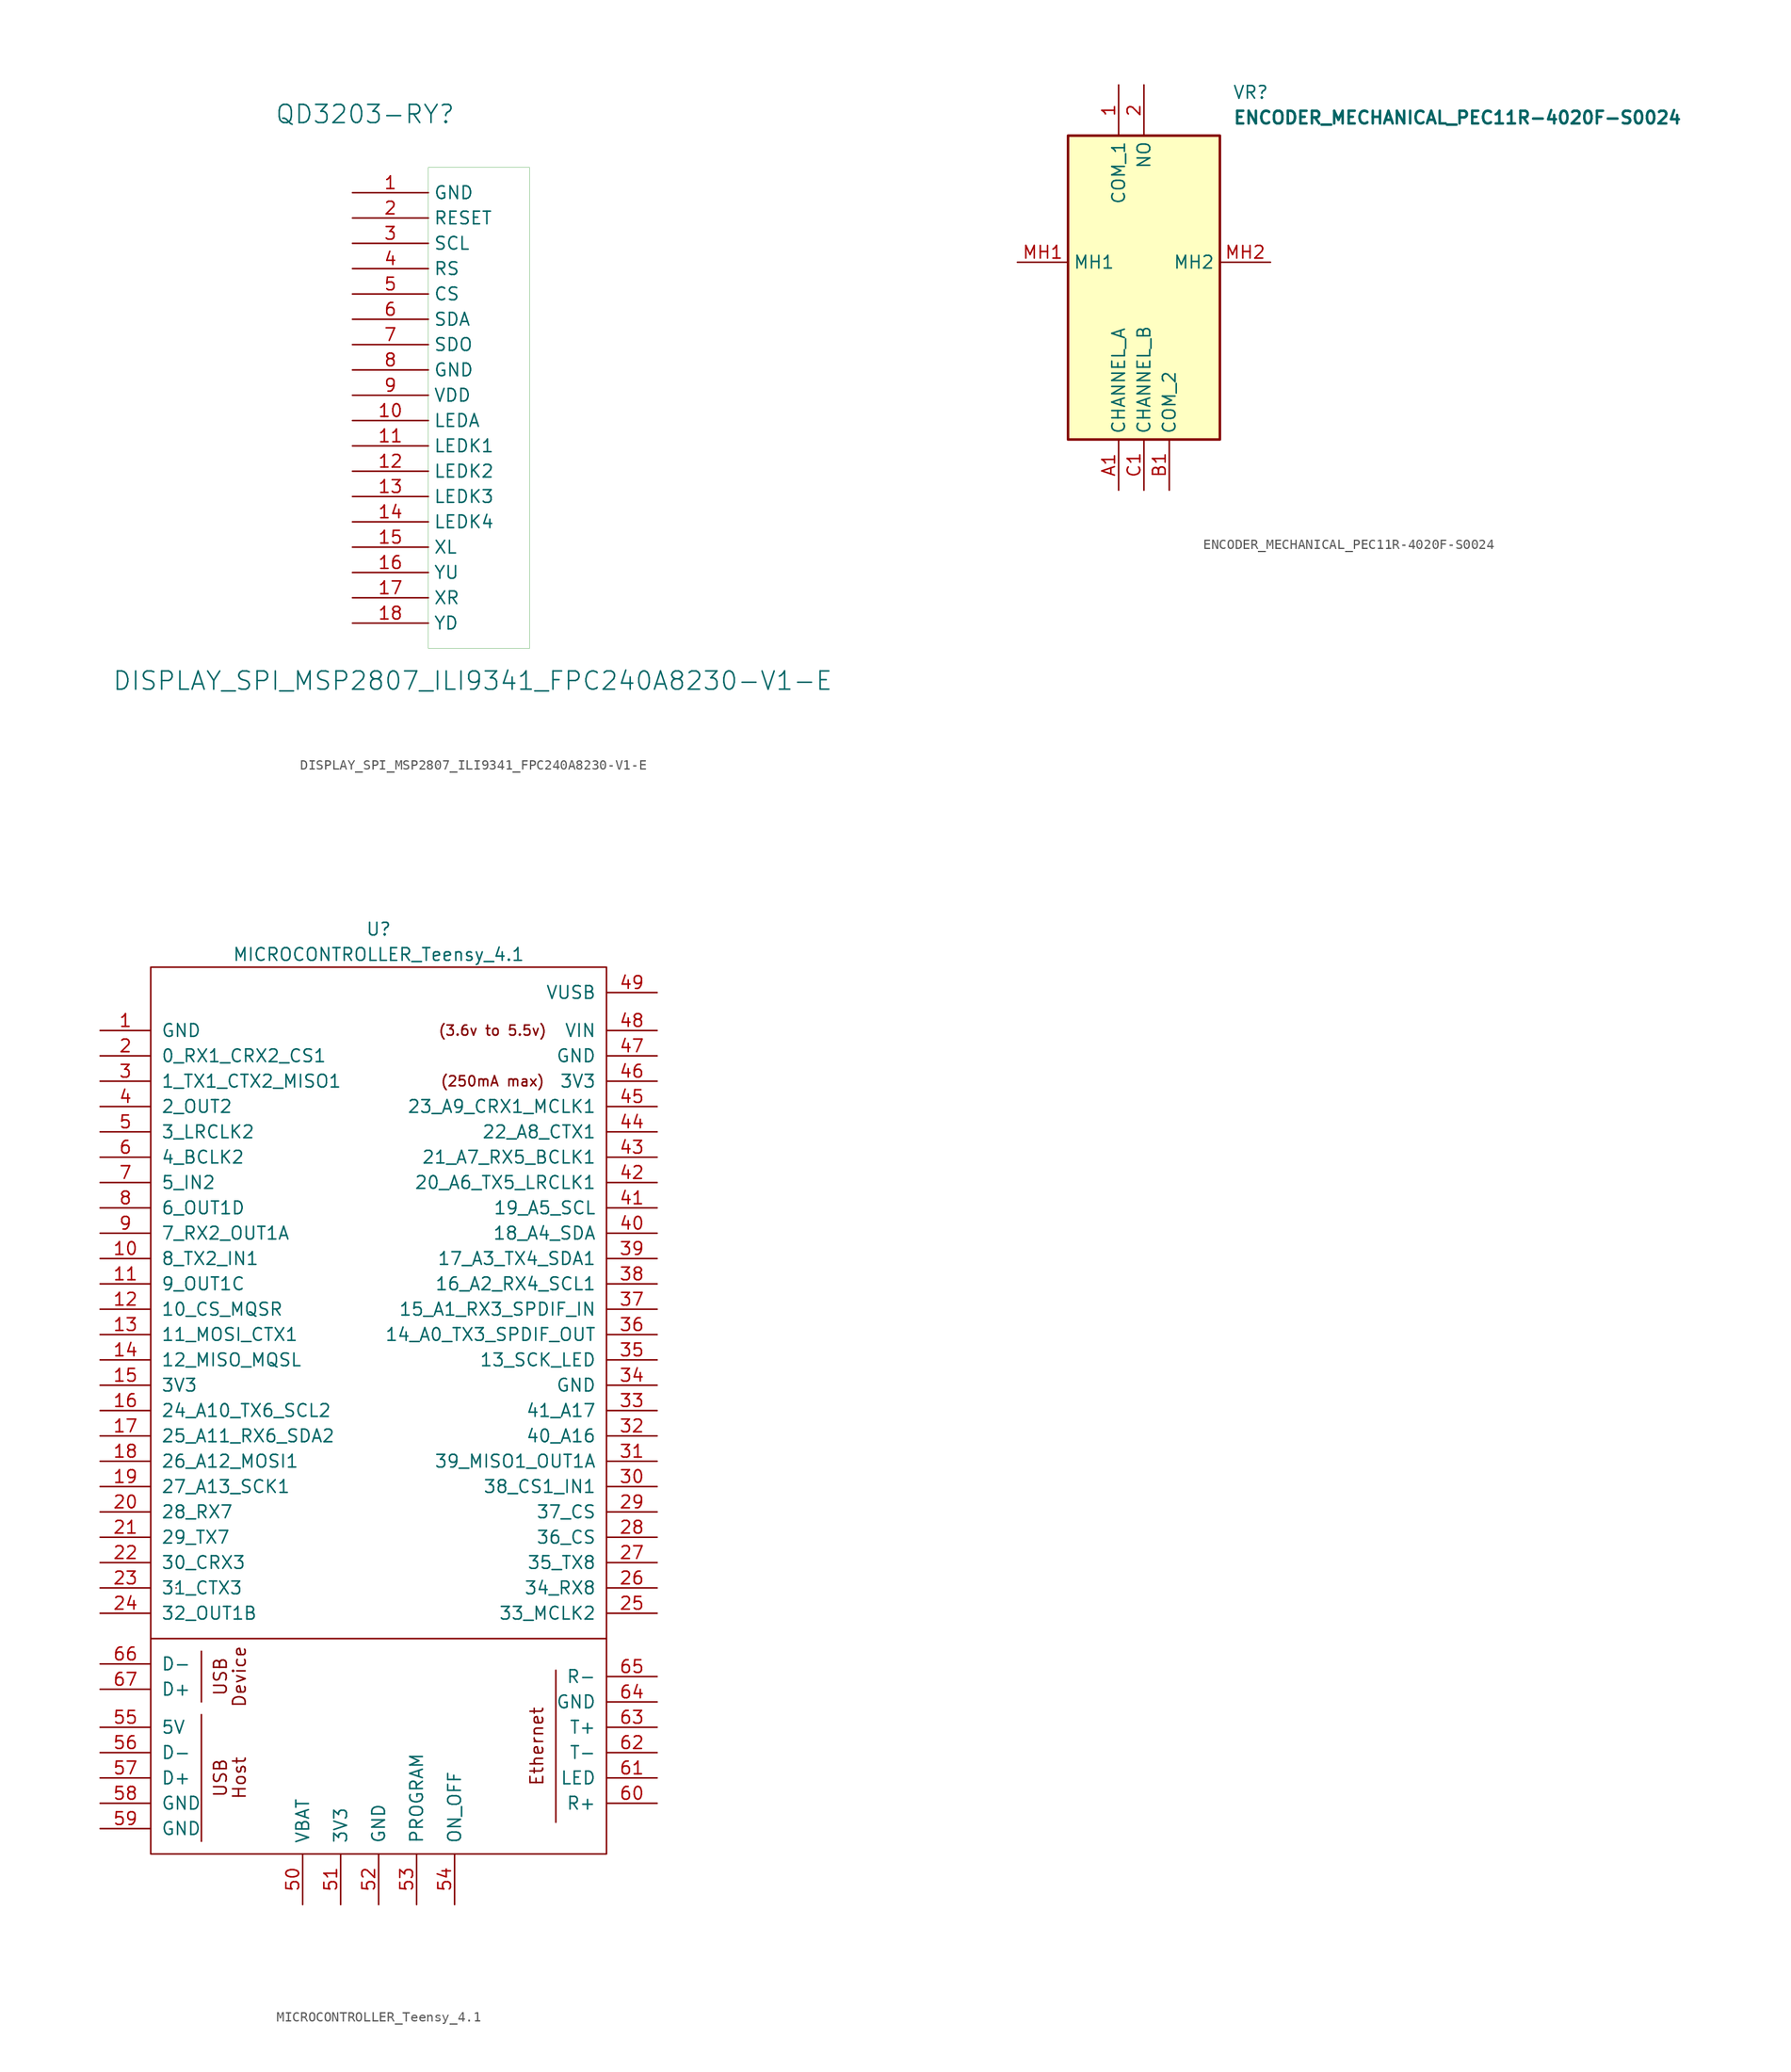
<source format=kicad_sym>
(kicad_symbol_lib
  (version 20241209)
  (generator "kicad_symbol_editor")
  (generator_version "9.0")
  (symbol "DISPLAY_SPI_MSP2807_ILI9341_FPC240A8230-V1-E"
    (property "Reference" "QD3203-RY"
      (at -11.43 29.464 0)
      (effects (font (size 1.829 1.829))))
    (property "Value" "DISPLAY_SPI_MSP2807_ILI9341_FPC240A8230-V1-E"
      (at -36.83 -28.448 0)
      (effects (font (size 1.829 1.829)) (justify left bottom)))
    (symbol "DISPLAY_SPI_MSP2807_ILI9341_FPC240A8230-V1-E_1_0"
      (rectangle (start 5.08 24.13) (end -5.08 -24.13) (stroke (width 0.025) (type solid) (color 0 128 0 1)) (fill (type color) (color 255 255 255 0.5)))
      (pin passive line (at -12.7 21.59 0) (length 7.62) (name "GND" (effects (font (size 1.27 1.27)))) (number "1" (effects (font (size 1.27 1.27)))))
      (pin passive line (at -12.7 19.05 0) (length 7.62) (name "RESET" (effects (font (size 1.27 1.27)))) (number "2" (effects (font (size 1.27 1.27)))))
      (pin passive line (at -12.7 16.51 0) (length 7.62) (name "SCL" (effects (font (size 1.27 1.27)))) (number "3" (effects (font (size 1.27 1.27)))))
      (pin passive line (at -12.7 13.97 0) (length 7.62) (name "RS" (effects (font (size 1.27 1.27)))) (number "4" (effects (font (size 1.27 1.27)))))
      (pin passive line (at -12.7 11.43 0) (length 7.62) (name "CS" (effects (font (size 1.27 1.27)))) (number "5" (effects (font (size 1.27 1.27)))))
      (pin passive line (at -12.7 8.89 0) (length 7.62) (name "SDA" (effects (font (size 1.27 1.27)))) (number "6" (effects (font (size 1.27 1.27)))))
      (pin passive line (at -12.7 6.35 0) (length 7.62) (name "SDO" (effects (font (size 1.27 1.27)))) (number "7" (effects (font (size 1.27 1.27)))))
      (pin passive line (at -12.7 3.81 0) (length 7.62) (name "GND" (effects (font (size 1.27 1.27)))) (number "8" (effects (font (size 1.27 1.27)))))
      (pin passive line (at -12.7 1.27 0) (length 7.62) (name "VDD" (effects (font (size 1.27 1.27)))) (number "9" (effects (font (size 1.27 1.27)))))
      (pin passive line (at -12.7 -1.27 0) (length 7.62) (name "LEDA" (effects (font (size 1.27 1.27)))) (number "10" (effects (font (size 1.27 1.27)))))
      (pin passive line (at -12.7 -3.81 0) (length 7.62) (name "LEDK1" (effects (font (size 1.27 1.27)))) (number "11" (effects (font (size 1.27 1.27)))))
      (pin passive line (at -12.7 -6.35 0) (length 7.62) (name "LEDK2" (effects (font (size 1.27 1.27)))) (number "12" (effects (font (size 1.27 1.27)))))
      (pin passive line (at -12.7 -8.89 0) (length 7.62) (name "LEDK3" (effects (font (size 1.27 1.27)))) (number "13" (effects (font (size 1.27 1.27)))))
      (pin passive line (at -12.7 -11.43 0) (length 7.62) (name "LEDK4" (effects (font (size 1.27 1.27)))) (number "14" (effects (font (size 1.27 1.27)))))
      (pin passive line (at -12.7 -13.97 0) (length 7.62) (name "XL" (effects (font (size 1.27 1.27)))) (number "15" (effects (font (size 1.27 1.27)))))
      (pin passive line (at -12.7 -16.51 0) (length 7.62) (name "YU" (effects (font (size 1.27 1.27)))) (number "16" (effects (font (size 1.27 1.27)))))
      (pin passive line (at -12.7 -19.05 0) (length 7.62) (name "XR" (effects (font (size 1.27 1.27)))) (number "17" (effects (font (size 1.27 1.27)))))
      (pin passive line (at -12.7 -21.59 0) (length 7.62) (name "YD" (effects (font (size 1.27 1.27)))) (number "18" (effects (font (size 1.27 1.27)))))))
  (symbol "ENCODER_MECHANICAL_PEC11R-4020F-S0024"
    (property "Reference" "VR"
      (at 21.59 17.78 0)
      (effects (font (size 1.27 1.27)) (justify left top)))
    (property "Value" "ENCODER_MECHANICAL_PEC11R-4020F-S0024"
      (at 21.59 15.24 0)
      (effects (font (size 1.27 1.27) (thickness 0.254) (bold yes)) (justify left top)))
    (symbol "ENCODER_MECHANICAL_PEC11R-4020F-S0024_1_1"
      (rectangle (start 5.08 12.7) (end 20.32 -17.78) (stroke (width 0.254) (type default)) (fill (type background)))
      (pin passive line (at 0 0 0) (length 5.08) (name "MH1" (effects (font (size 1.27 1.27)))) (number "MH1" (effects (font (size 1.27 1.27)))))
      (pin passive line (at 10.16 17.78 270) (length 5.08) (name "COM_1" (effects (font (size 1.27 1.27)))) (number "1" (effects (font (size 1.27 1.27)))))
      (pin passive line (at 10.16 -22.86 90) (length 5.08) (name "CHANNEL_A" (effects (font (size 1.27 1.27)))) (number "A1" (effects (font (size 1.27 1.27)))))
      (pin passive line (at 12.7 17.78 270) (length 5.08) (name "NO" (effects (font (size 1.27 1.27)))) (number "2" (effects (font (size 1.27 1.27)))))
      (pin passive line (at 12.7 -22.86 90) (length 5.08) (name "CHANNEL_B" (effects (font (size 1.27 1.27)))) (number "C1" (effects (font (size 1.27 1.27)))))
      (pin passive line (at 15.24 -22.86 90) (length 5.08) (name "COM_2" (effects (font (size 1.27 1.27)))) (number "B1" (effects (font (size 1.27 1.27)))))
      (pin passive line (at 25.4 0 180) (length 5.08) (name "MH2" (effects (font (size 1.27 1.27)))) (number "MH2" (effects (font (size 1.27 1.27)))))))
  (symbol "MICROCONTROLLER_Teensy_4.1"
    (pin_names
      (offset 1.016))
    (property "Reference" "U"
      (at 0 64.77 0)
      (effects (font (size 1.27 1.27))))
    (property "Value" "MICROCONTROLLER_Teensy_4.1"
      (at 0 62.23 0)
      (effects (font (size 1.27 1.27))))
    (symbol "MICROCONTROLLER_Teensy_4.1_0_0"
      (polyline (pts (xy -22.86 -6.35) (xy 22.86 -6.35)) (stroke (width 0) (type solid)) (fill (type none)))
      (polyline (pts (xy -17.78 -7.62) (xy -17.78 -12.7)) (stroke (width 0) (type solid)) (fill (type none)))
      (polyline (pts (xy -17.78 -26.67) (xy -17.78 -13.97)) (stroke (width 0) (type solid)) (fill (type none)))
      (polyline (pts (xy 17.78 -9.525) (xy 17.78 -24.765)) (stroke (width 0) (type solid)) (fill (type none)))
      (text "USB" (at -15.875 -10.16 900) (effects (font (size 1.27 1.27))))
      (text "USB" (at -15.875 -20.32 900) (effects (font (size 1.27 1.27))))
      (text "Device" (at -13.97 -10.16 900) (effects (font (size 1.27 1.27))))
      (text "Host" (at -13.97 -20.32 900) (effects (font (size 1.27 1.27))))
      (text "(3.6v to 5.5v)" (at 11.43 54.61 0) (effects (font (size 1.016 1.016))))
      (text "(250mA max)" (at 11.43 49.53 0) (effects (font (size 1.016 1.016))))
      (text "Ethernet" (at 15.875 -17.145 900) (effects (font (size 1.27 1.27))))
      (pin bidirectional line (at -27.94 44.45 0) (length 5.08) (name "3_LRCLK2" (effects (font (size 1.27 1.27)))) (number "5" (effects (font (size 1.27 1.27)))))
      (pin bidirectional line (at -27.94 41.91 0) (length 5.08) (name "4_BCLK2" (effects (font (size 1.27 1.27)))) (number "6" (effects (font (size 1.27 1.27)))))
      (pin bidirectional line (at -27.94 39.37 0) (length 5.08) (name "5_IN2" (effects (font (size 1.27 1.27)))) (number "7" (effects (font (size 1.27 1.27)))))
      (pin bidirectional line (at -27.94 36.83 0) (length 5.08) (name "6_OUT1D" (effects (font (size 1.27 1.27)))) (number "8" (effects (font (size 1.27 1.27)))))
      (pin bidirectional line (at -27.94 34.29 0) (length 5.08) (name "7_RX2_OUT1A" (effects (font (size 1.27 1.27)))) (number "9" (effects (font (size 1.27 1.27)))))
      (pin bidirectional line (at -27.94 31.75 0) (length 5.08) (name "8_TX2_IN1" (effects (font (size 1.27 1.27)))) (number "10" (effects (font (size 1.27 1.27)))))
      (pin bidirectional line (at -27.94 29.21 0) (length 5.08) (name "9_OUT1C" (effects (font (size 1.27 1.27)))) (number "11" (effects (font (size 1.27 1.27)))))
      (pin bidirectional line (at -27.94 26.67 0) (length 5.08) (name "10_CS_MQSR" (effects (font (size 1.27 1.27)))) (number "12" (effects (font (size 1.27 1.27)))))
      (pin bidirectional line (at -27.94 24.13 0) (length 5.08) (name "11_MOSI_CTX1" (effects (font (size 1.27 1.27)))) (number "13" (effects (font (size 1.27 1.27)))))
      (pin bidirectional line (at -27.94 21.59 0) (length 5.08) (name "12_MISO_MQSL" (effects (font (size 1.27 1.27)))) (number "14" (effects (font (size 1.27 1.27)))))
      (pin power_in line (at -27.94 19.05 0) (length 5.08) (name "3V3" (effects (font (size 1.27 1.27)))) (number "15" (effects (font (size 1.27 1.27)))))
      (pin bidirectional line (at -27.94 16.51 0) (length 5.08) (name "24_A10_TX6_SCL2" (effects (font (size 1.27 1.27)))) (number "16" (effects (font (size 1.27 1.27)))))
      (pin bidirectional line (at -27.94 13.97 0) (length 5.08) (name "25_A11_RX6_SDA2" (effects (font (size 1.27 1.27)))) (number "17" (effects (font (size 1.27 1.27)))))
      (pin bidirectional line (at -27.94 11.43 0) (length 5.08) (name "26_A12_MOSI1" (effects (font (size 1.27 1.27)))) (number "18" (effects (font (size 1.27 1.27)))))
      (pin bidirectional line (at -27.94 8.89 0) (length 5.08) (name "27_A13_SCK1" (effects (font (size 1.27 1.27)))) (number "19" (effects (font (size 1.27 1.27)))))
      (pin bidirectional line (at -27.94 6.35 0) (length 5.08) (name "28_RX7" (effects (font (size 1.27 1.27)))) (number "20" (effects (font (size 1.27 1.27)))))
      (pin bidirectional line (at -27.94 3.81 0) (length 5.08) (name "29_TX7" (effects (font (size 1.27 1.27)))) (number "21" (effects (font (size 1.27 1.27)))))
      (pin bidirectional line (at -27.94 1.27 0) (length 5.08) (name "30_CRX3" (effects (font (size 1.27 1.27)))) (number "22" (effects (font (size 1.27 1.27)))))
      (pin bidirectional line (at -27.94 -1.27 0) (length 5.08) (name "31_CTX3" (effects (font (size 1.27 1.27)))) (number "23" (effects (font (size 1.27 1.27)))))
      (pin bidirectional line (at -27.94 -3.81 0) (length 5.08) (name "32_OUT1B" (effects (font (size 1.27 1.27)))) (number "24" (effects (font (size 1.27 1.27)))))
      (pin bidirectional line (at -27.94 -8.89 0) (length 5.08) (name "D-" (effects (font (size 1.27 1.27)))) (number "66" (effects (font (size 1.27 1.27)))))
      (pin bidirectional line (at -27.94 -11.43 0) (length 5.08) (name "D+" (effects (font (size 1.27 1.27)))) (number "67" (effects (font (size 1.27 1.27)))))
      (pin power_out line (at -27.94 -15.24 0) (length 5.08) (name "5V" (effects (font (size 1.27 1.27)))) (number "55" (effects (font (size 1.27 1.27)))))
      (pin bidirectional line (at -27.94 -17.78 0) (length 5.08) (name "D-" (effects (font (size 1.27 1.27)))) (number "56" (effects (font (size 1.27 1.27)))))
      (pin bidirectional line (at -27.94 -20.32 0) (length 5.08) (name "D+" (effects (font (size 1.27 1.27)))) (number "57" (effects (font (size 1.27 1.27)))))
      (pin power_in line (at -27.94 -22.86 0) (length 5.08) (name "GND" (effects (font (size 1.27 1.27)))) (number "58" (effects (font (size 1.27 1.27)))))
      (pin power_in line (at -27.94 -25.4 0) (length 5.08) (name "GND" (effects (font (size 1.27 1.27)))) (number "59" (effects (font (size 1.27 1.27)))))
      (pin power_in line (at -7.62 -33.02 90) (length 5.08) (name "VBAT" (effects (font (size 1.27 1.27)))) (number "50" (effects (font (size 1.27 1.27)))))
      (pin power_in line (at -3.81 -33.02 90) (length 5.08) (name "3V3" (effects (font (size 1.27 1.27)))) (number "51" (effects (font (size 1.27 1.27)))))
      (pin input line (at 0 -33.02 90) (length 5.08) (name "GND" (effects (font (size 1.27 1.27)))) (number "52" (effects (font (size 1.27 1.27)))))
      (pin input line (at 3.81 -33.02 90) (length 5.08) (name "PROGRAM" (effects (font (size 1.27 1.27)))) (number "53" (effects (font (size 1.27 1.27)))))
      (pin input line (at 7.62 -33.02 90) (length 5.08) (name "ON_OFF" (effects (font (size 1.27 1.27)))) (number "54" (effects (font (size 1.27 1.27)))))
      (pin power_out line (at 27.94 58.42 180) (length 5.08) (name "VUSB" (effects (font (size 1.27 1.27)))) (number "49" (effects (font (size 1.27 1.27)))))
      (pin power_in line (at 27.94 54.61 180) (length 5.08) (name "VIN" (effects (font (size 1.27 1.27)))) (number "48" (effects (font (size 1.27 1.27)))))
      (pin output line (at 27.94 52.07 180) (length 5.08) (name "GND" (effects (font (size 1.27 1.27)))) (number "47" (effects (font (size 1.27 1.27)))))
      (pin output line (at 27.94 49.53 180) (length 5.08) (name "3V3" (effects (font (size 1.27 1.27)))) (number "46" (effects (font (size 1.27 1.27)))))
      (pin bidirectional line (at 27.94 46.99 180) (length 5.08) (name "23_A9_CRX1_MCLK1" (effects (font (size 1.27 1.27)))) (number "45" (effects (font (size 1.27 1.27)))))
      (pin bidirectional line (at 27.94 44.45 180) (length 5.08) (name "22_A8_CTX1" (effects (font (size 1.27 1.27)))) (number "44" (effects (font (size 1.27 1.27)))))
      (pin bidirectional line (at 27.94 41.91 180) (length 5.08) (name "21_A7_RX5_BCLK1" (effects (font (size 1.27 1.27)))) (number "43" (effects (font (size 1.27 1.27)))))
      (pin bidirectional line (at 27.94 39.37 180) (length 5.08) (name "20_A6_TX5_LRCLK1" (effects (font (size 1.27 1.27)))) (number "42" (effects (font (size 1.27 1.27)))))
      (pin bidirectional line (at 27.94 36.83 180) (length 5.08) (name "19_A5_SCL" (effects (font (size 1.27 1.27)))) (number "41" (effects (font (size 1.27 1.27)))))
      (pin bidirectional line (at 27.94 34.29 180) (length 5.08) (name "18_A4_SDA" (effects (font (size 1.27 1.27)))) (number "40" (effects (font (size 1.27 1.27)))))
      (pin bidirectional line (at 27.94 31.75 180) (length 5.08) (name "17_A3_TX4_SDA1" (effects (font (size 1.27 1.27)))) (number "39" (effects (font (size 1.27 1.27)))))
      (pin bidirectional line (at 27.94 29.21 180) (length 5.08) (name "16_A2_RX4_SCL1" (effects (font (size 1.27 1.27)))) (number "38" (effects (font (size 1.27 1.27)))))
      (pin bidirectional line (at 27.94 26.67 180) (length 5.08) (name "15_A1_RX3_SPDIF_IN" (effects (font (size 1.27 1.27)))) (number "37" (effects (font (size 1.27 1.27)))))
      (pin bidirectional line (at 27.94 24.13 180) (length 5.08) (name "14_A0_TX3_SPDIF_OUT" (effects (font (size 1.27 1.27)))) (number "36" (effects (font (size 1.27 1.27)))))
      (pin bidirectional line (at 27.94 21.59 180) (length 5.08) (name "13_SCK_LED" (effects (font (size 1.27 1.27)))) (number "35" (effects (font (size 1.27 1.27)))))
      (pin bidirectional line (at 27.94 16.51 180) (length 5.08) (name "41_A17" (effects (font (size 1.27 1.27)))) (number "33" (effects (font (size 1.27 1.27)))))
      (pin bidirectional line (at 27.94 13.97 180) (length 5.08) (name "40_A16" (effects (font (size 1.27 1.27)))) (number "32" (effects (font (size 1.27 1.27)))))
      (pin bidirectional line (at 27.94 11.43 180) (length 5.08) (name "39_MISO1_OUT1A" (effects (font (size 1.27 1.27)))) (number "31" (effects (font (size 1.27 1.27)))))
      (pin bidirectional line (at 27.94 8.89 180) (length 5.08) (name "38_CS1_IN1" (effects (font (size 1.27 1.27)))) (number "30" (effects (font (size 1.27 1.27)))))
      (pin bidirectional line (at 27.94 6.35 180) (length 5.08) (name "37_CS" (effects (font (size 1.27 1.27)))) (number "29" (effects (font (size 1.27 1.27)))))
      (pin bidirectional line (at 27.94 3.81 180) (length 5.08) (name "36_CS" (effects (font (size 1.27 1.27)))) (number "28" (effects (font (size 1.27 1.27)))))
      (pin bidirectional line (at 27.94 1.27 180) (length 5.08) (name "35_TX8" (effects (font (size 1.27 1.27)))) (number "27" (effects (font (size 1.27 1.27)))))
      (pin bidirectional line (at 27.94 -1.27 180) (length 5.08) (name "34_RX8" (effects (font (size 1.27 1.27)))) (number "26" (effects (font (size 1.27 1.27)))))
      (pin bidirectional line (at 27.94 -3.81 180) (length 5.08) (name "33_MCLK2" (effects (font (size 1.27 1.27)))) (number "25" (effects (font (size 1.27 1.27)))))
      (pin bidirectional line (at 27.94 -10.16 180) (length 5.08) (name "R-" (effects (font (size 1.27 1.27)))) (number "65" (effects (font (size 1.27 1.27)))))
      (pin power_in line (at 27.94 -12.7 180) (length 5.08) (name "GND" (effects (font (size 1.27 1.27)))) (number "64" (effects (font (size 1.27 1.27)))))
      (pin bidirectional line (at 27.94 -15.24 180) (length 5.08) (name "T+" (effects (font (size 1.27 1.27)))) (number "63" (effects (font (size 1.27 1.27)))))
      (pin bidirectional line (at 27.94 -17.78 180) (length 5.08) (name "T-" (effects (font (size 1.27 1.27)))) (number "62" (effects (font (size 1.27 1.27)))))
      (pin bidirectional line (at 27.94 -20.32 180) (length 5.08) (name "LED" (effects (font (size 1.27 1.27)))) (number "61" (effects (font (size 1.27 1.27)))))
      (pin bidirectional line (at 27.94 -22.86 180) (length 5.08) (name "R+" (effects (font (size 1.27 1.27)))) (number "60" (effects (font (size 1.27 1.27))))))
    (symbol "MICROCONTROLLER_Teensy_4.1_0_1"
      (rectangle (start -22.86 60.96) (end 22.86 -27.94) (stroke (width 0) (type solid)) (fill (type none)))
      (rectangle (start -20.32 -1.27) (end -20.32 -1.27) (stroke (width 0) (type solid)) (fill (type none))))
    (symbol "MICROCONTROLLER_Teensy_4.1_1_1"
      (pin power_in line (at -27.94 54.61 0) (length 5.08) (name "GND" (effects (font (size 1.27 1.27)))) (number "1" (effects (font (size 1.27 1.27)))))
      (pin bidirectional line (at -27.94 52.07 0) (length 5.08) (name "0_RX1_CRX2_CS1" (effects (font (size 1.27 1.27)))) (number "2" (effects (font (size 1.27 1.27)))))
      (pin bidirectional line (at -27.94 49.53 0) (length 5.08) (name "1_TX1_CTX2_MISO1" (effects (font (size 1.27 1.27)))) (number "3" (effects (font (size 1.27 1.27)))))
      (pin bidirectional line (at -27.94 46.99 0) (length 5.08) (name "2_OUT2" (effects (font (size 1.27 1.27)))) (number "4" (effects (font (size 1.27 1.27)))))
      (pin power_in line (at 27.94 19.05 180) (length 5.08) (name "GND" (effects (font (size 1.27 1.27)))) (number "34" (effects (font (size 1.27 1.27))))))))
</source>
